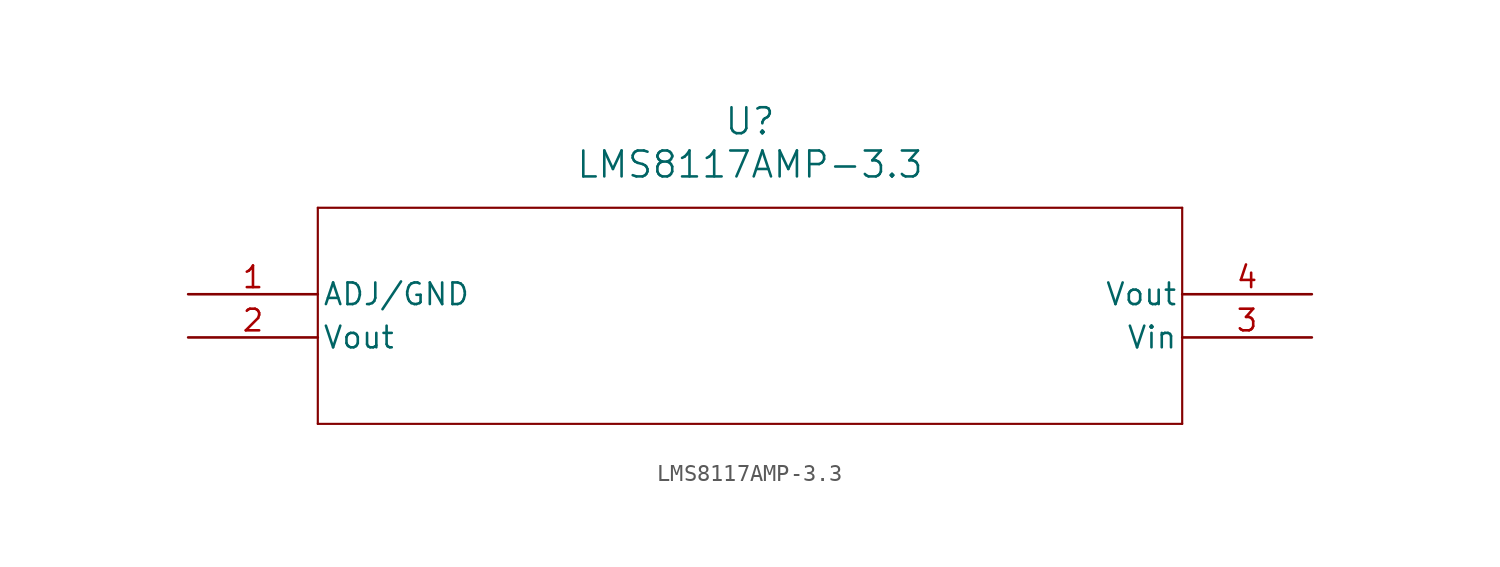
<source format=kicad_sym>
(kicad_symbol_lib
  (version 20211014)
  (generator kicad_symbol_editor)
  (symbol "LMS8117AMP-3.3"
    (pin_names
      (offset 0.254))
    (property "Reference" "U"
      (at 33.02 10.16 0)
      (effects (font (size 1.524 1.524))))
    (property "Value" "LMS8117AMP-3.3"
      (at 33.02 7.62 0)
      (effects (font (size 1.524 1.524))))
    (symbol "LMS8117AMP-3.3_0_1"
      (polyline (pts (xy 7.62 5.08) (xy 7.62 -7.62)) (stroke (width 0.127) (type default) (color 0 0 0 0)) (fill (type none)))
      (polyline (pts (xy 7.62 -7.62) (xy 58.42 -7.62)) (stroke (width 0.127) (type default) (color 0 0 0 0)) (fill (type none)))
      (polyline (pts (xy 58.42 -7.62) (xy 58.42 5.08)) (stroke (width 0.127) (type default) (color 0 0 0 0)) (fill (type none)))
      (polyline (pts (xy 58.42 5.08) (xy 7.62 5.08)) (stroke (width 0.127) (type default) (color 0 0 0 0)) (fill (type none)))
      (pin passive line (at 0 0 0) (length 7.62) (name "ADJ/GND" (effects (font (size 1.27 1.27)))) (number "1" (effects (font (size 1.27 1.27)))))
      (pin output line (at 0 -2.54 0) (length 7.62) (name "Vout" (effects (font (size 1.27 1.27)))) (number "2" (effects (font (size 1.27 1.27)))))
      (pin input line (at 66.04 -2.54 180) (length 7.62) (name "Vin" (effects (font (size 1.27 1.27)))) (number "3" (effects (font (size 1.27 1.27)))))
      (pin output line (at 66.04 0 180) (length 7.62) (name "Vout" (effects (font (size 1.27 1.27)))) (number "4" (effects (font (size 1.27 1.27))))))))
</source>
